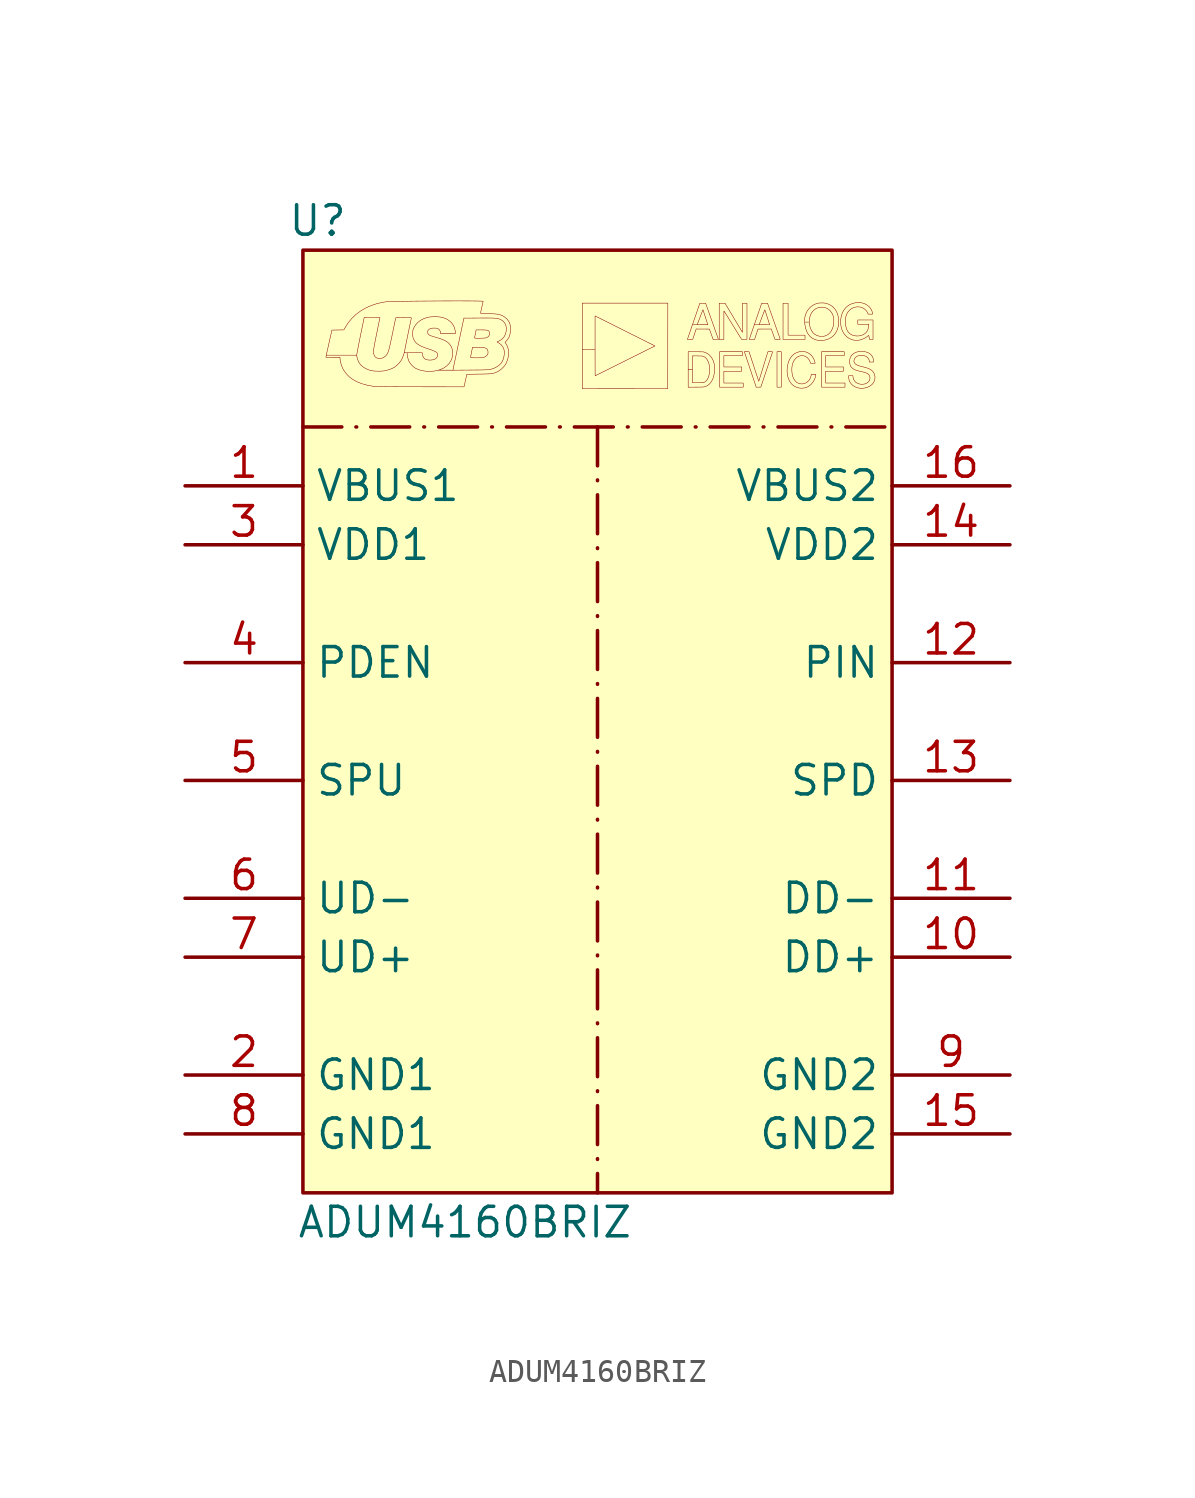
<source format=kicad_sym>
(kicad_symbol_lib
  (version 20241209)
  (generator "kicad_symbol_editor")
  (generator_version "9.0")
  (symbol "ADUM4160BRIZ"
    (property "Reference" "U"
      (at 0.635 41.91 0)
      (effects (font (size 1.27 1.27))))
    (property "Value" "ADUM4160BRIZ"
      (at 6.985 -1.27 0)
      (effects (font (size 1.27 1.27))))
    (symbol "ADUM4160BRIZ_0_0"
      (polyline (pts (xy 6.985 34.925) (xy 6.998 34.982) (xy 7.017 35.065) (xy 7.034 35.139) (xy 7.046 35.195) (xy 7.067 35.288) (xy 7.597 35.298) (xy 7.645 35.298) (xy 7.789 35.301) (xy 7.907 35.304) (xy 8.003 35.308) (xy 8.081 35.313) (xy 8.145 35.321) (xy 8.199 35.33) (xy 8.247 35.343) (xy 8.293 35.359) (xy 8.341 35.38) (xy 8.395 35.404) (xy 8.467 35.446) (xy 8.556 35.515) (xy 8.641 35.597) (xy 8.714 35.685) (xy 8.765 35.77) (xy 8.822 35.913) (xy 8.856 36.061) (xy 8.868 36.208) (xy 8.858 36.348) (xy 8.824 36.476) (xy 8.768 36.588) (xy 8.715 36.669) (xy 8.777 36.733) (xy 8.82 36.784) (xy 8.882 36.882) (xy 8.922 36.993) (xy 8.942 37.122) (xy 8.945 37.272) (xy 8.942 37.32) (xy 8.937 37.39) (xy 8.929 37.443) (xy 8.915 37.488) (xy 8.896 37.533) (xy 8.868 37.582) (xy 8.802 37.666) (xy 8.72 37.741) (xy 8.634 37.798) (xy 8.605 37.812) (xy 8.545 37.839) (xy 8.485 37.859) (xy 8.421 37.875) (xy 8.345 37.886) (xy 8.255 37.894) (xy 8.143 37.899) (xy 8.005 37.903) (xy 7.955 37.904) (xy 7.852 37.906) (xy 7.775 37.909) (xy 7.721 37.912) (xy 7.685 37.916) (xy 7.665 37.921) (xy 7.657 37.927) (xy 7.657 37.936) (xy 7.658 37.942) (xy 7.666 37.977) (xy 7.679 38.034) (xy 7.695 38.106) (xy 7.713 38.188) (xy 7.721 38.223) (xy 7.738 38.301) (xy 7.753 38.367) (xy 7.763 38.414) (xy 7.769 38.437) (xy 7.765 38.438) (xy 7.735 38.442) (xy 7.676 38.444) (xy 7.593 38.447) (xy 7.485 38.449) (xy 7.356 38.45) (xy 7.209 38.452) (xy 7.044 38.452) (xy 6.865 38.453) (xy 6.673 38.453) (xy 6.47 38.453) (xy 6.26 38.452) (xy 6.043 38.452) (xy 5.823 38.451) (xy 5.602 38.449) (xy 5.38 38.448) (xy 5.162 38.446) (xy 4.949 38.444) (xy 4.743 38.442) (xy 4.546 38.439) (xy 4.361 38.436) (xy 4.189 38.434) (xy 4.034 38.431) (xy 3.896 38.427) (xy 3.779 38.424) (xy 3.684 38.42) (xy 3.614 38.417) (xy 3.571 38.413) (xy 3.459 38.396) (xy 3.193 38.337) (xy 2.94 38.253) (xy 2.703 38.146) (xy 2.484 38.017) (xy 2.284 37.866) (xy 2.106 37.696) (xy 1.95 37.508) (xy 1.819 37.301) (xy 1.766 37.204) (xy 1.508 37.2) (xy 1.25 37.195) (xy 1.121 36.625) (xy 1.119 36.614) (xy 1.09 36.485) (xy 1.063 36.366) (xy 1.04 36.26) (xy 1.02 36.17) (xy 1.008 36.114) (xy 2.32 36.114) (xy 2.32 36.118) (xy 2.325 36.151) (xy 2.335 36.212) (xy 2.35 36.296) (xy 2.369 36.4) (xy 2.393 36.522) (xy 2.42 36.657) (xy 2.449 36.803) (xy 2.48 36.957) (xy 2.641 37.734) (xy 2.981 37.735) (xy 3.321 37.735) (xy 3.313 37.699) (xy 3.311 37.689) (xy 3.303 37.65) (xy 3.289 37.585) (xy 3.272 37.499) (xy 3.25 37.394) (xy 3.226 37.273) (xy 3.199 37.141) (xy 3.171 37) (xy 3.147 36.883) (xy 3.118 36.738) (xy 3.095 36.619) (xy 3.077 36.521) (xy 3.063 36.443) (xy 3.054 36.38) (xy 3.047 36.33) (xy 3.044 36.29) (xy 3.044 36.257) (xy 3.045 36.227) (xy 3.049 36.19) (xy 3.073 36.102) (xy 3.116 36.038) (xy 3.18 35.995) (xy 3.266 35.974) (xy 3.281 35.973) (xy 3.381 35.977) (xy 3.471 36.009) (xy 3.555 36.071) (xy 3.561 36.076) (xy 3.589 36.105) (xy 3.615 36.136) (xy 3.638 36.171) (xy 3.659 36.214) (xy 3.679 36.266) (xy 3.7 36.332) (xy 3.723 36.414) (xy 3.747 36.515) (xy 3.774 36.638) (xy 3.806 36.785) (xy 3.843 36.961) (xy 3.855 37.023) (xy 3.884 37.159) (xy 3.91 37.287) (xy 3.934 37.402) (xy 3.955 37.501) (xy 3.971 37.58) (xy 3.983 37.636) (xy 3.989 37.664) (xy 4.002 37.727) (xy 4.343 37.731) (xy 4.41 37.732) (xy 4.506 37.733) (xy 4.575 37.732) (xy 4.623 37.731) (xy 4.654 37.728) (xy 4.67 37.723) (xy 4.676 37.717) (xy 4.675 37.708) (xy 4.673 37.704) (xy 4.666 37.672) (xy 4.653 37.614) (xy 4.636 37.535) (xy 4.616 37.437) (xy 4.592 37.326) (xy 4.567 37.205) (xy 4.541 37.079) (xy 4.515 36.95) (xy 4.489 36.824) (xy 4.465 36.704) (xy 4.442 36.594) (xy 4.423 36.498) (xy 4.408 36.42) (xy 4.398 36.365) (xy 4.393 36.336) (xy 4.386 36.295) (xy 4.367 36.218) (xy 4.493 36.218) (xy 4.819 36.218) (xy 5.146 36.218) (xy 5.156 36.142) (xy 5.173 36.067) (xy 5.216 35.993) (xy 5.28 35.941) (xy 5.367 35.911) (xy 5.476 35.901) (xy 5.485 35.901) (xy 5.595 35.912) (xy 5.684 35.94) (xy 5.751 35.983) (xy 5.792 36.041) (xy 5.806 36.111) (xy 5.806 36.121) (xy 5.801 36.168) (xy 5.79 36.203) (xy 5.782 36.215) (xy 5.75 36.244) (xy 5.697 36.275) (xy 5.622 36.308) (xy 5.521 36.346) (xy 5.392 36.39) (xy 5.286 36.426) (xy 5.149 36.479) (xy 5.037 36.532) (xy 4.947 36.589) (xy 4.876 36.65) (xy 4.82 36.719) (xy 4.776 36.797) (xy 4.765 36.82) (xy 4.75 36.862) (xy 4.741 36.907) (xy 4.736 36.963) (xy 4.735 37.04) (xy 4.735 37.052) (xy 4.736 37.122) (xy 4.74 37.173) (xy 4.75 37.215) (xy 4.767 37.259) (xy 4.794 37.316) (xy 4.854 37.414) (xy 4.952 37.525) (xy 5.073 37.618) (xy 5.216 37.692) (xy 5.377 37.745) (xy 5.378 37.745) (xy 5.464 37.76) (xy 5.571 37.769) (xy 5.687 37.772) (xy 5.804 37.769) (xy 5.91 37.76) (xy 5.996 37.745) (xy 6.029 37.737) (xy 6.174 37.683) (xy 6.299 37.608) (xy 6.404 37.516) (xy 6.484 37.407) (xy 6.539 37.286) (xy 6.567 37.152) (xy 6.577 37.047) (xy 6.254 37.047) (xy 5.931 37.047) (xy 5.931 37.09) (xy 5.927 37.125) (xy 5.897 37.191) (xy 5.839 37.246) (xy 5.815 37.26) (xy 5.779 37.273) (xy 5.732 37.28) (xy 5.664 37.281) (xy 5.657 37.281) (xy 5.592 37.279) (xy 5.535 37.273) (xy 5.498 37.265) (xy 5.433 37.227) (xy 5.391 37.178) (xy 5.373 37.121) (xy 5.379 37.064) (xy 5.41 37.011) (xy 5.468 36.97) (xy 5.478 36.965) (xy 5.526 36.947) (xy 5.593 36.925) (xy 5.673 36.9) (xy 5.759 36.874) (xy 5.796 36.864) (xy 5.943 36.818) (xy 6.063 36.771) (xy 6.161 36.723) (xy 6.24 36.67) (xy 6.304 36.611) (xy 6.358 36.543) (xy 6.383 36.503) (xy 6.434 36.383) (xy 6.458 36.255) (xy 6.457 36.122) (xy 6.429 35.99) (xy 6.376 35.864) (xy 6.298 35.748) (xy 6.203 35.654) (xy 6.074 35.563) (xy 5.926 35.493) (xy 5.832 35.466) (xy 6.466 35.466) (xy 6.527 35.76) (xy 6.53 35.773) (xy 6.547 35.853) (xy 6.569 35.958) (xy 6.596 36.084) (xy 6.626 36.227) (xy 6.659 36.382) (xy 6.693 36.547) (xy 6.729 36.715) (xy 6.764 36.883) (xy 6.94 37.711) (xy 7.612 37.715) (xy 7.702 37.716) (xy 7.867 37.717) (xy 8.005 37.716) (xy 8.12 37.715) (xy 8.215 37.712) (xy 8.292 37.707) (xy 8.355 37.7) (xy 8.408 37.691) (xy 8.452 37.679) (xy 8.492 37.664) (xy 8.531 37.645) (xy 8.571 37.623) (xy 8.639 37.573) (xy 8.707 37.492) (xy 8.751 37.392) (xy 8.771 37.279) (xy 8.764 37.156) (xy 8.76 37.132) (xy 8.723 37.001) (xy 8.662 36.891) (xy 8.578 36.801) (xy 8.47 36.733) (xy 8.369 36.683) (xy 8.445 36.639) (xy 8.463 36.628) (xy 8.547 36.562) (xy 8.614 36.48) (xy 8.658 36.394) (xy 8.68 36.291) (xy 8.682 36.172) (xy 8.666 36.049) (xy 8.632 35.929) (xy 8.583 35.822) (xy 8.558 35.784) (xy 8.476 35.696) (xy 8.37 35.618) (xy 8.244 35.553) (xy 8.102 35.505) (xy 8.099 35.504) (xy 8.072 35.498) (xy 8.039 35.493) (xy 7.997 35.489) (xy 7.945 35.485) (xy 7.878 35.482) (xy 7.795 35.48) (xy 7.691 35.477) (xy 7.565 35.475) (xy 7.414 35.474) (xy 7.234 35.472) (xy 6.466 35.466) (xy 5.832 35.466) (xy 5.762 35.446) (xy 5.661 35.429) (xy 5.481 35.415) (xy 5.303 35.422) (xy 5.133 35.448) (xy 4.977 35.493) (xy 4.841 35.557) (xy 4.793 35.589) (xy 4.706 35.666) (xy 4.629 35.757) (xy 4.572 35.85) (xy 4.546 35.914) (xy 4.519 36.007) (xy 4.5 36.101) (xy 4.493 36.183) (xy 4.493 36.218) (xy 4.367 36.218) (xy 4.361 36.194) (xy 4.327 36.087) (xy 4.287 35.987) (xy 4.245 35.905) (xy 4.218 35.864) (xy 4.142 35.768) (xy 4.055 35.679) (xy 3.966 35.607) (xy 3.939 35.59) (xy 3.854 35.546) (xy 3.753 35.504) (xy 3.647 35.469) (xy 3.545 35.444) (xy 3.497 35.436) (xy 3.392 35.427) (xy 3.275 35.423) (xy 3.155 35.425) (xy 3.044 35.433) (xy 2.953 35.447) (xy 2.836 35.48) (xy 2.705 35.537) (xy 2.589 35.611) (xy 2.491 35.697) (xy 2.419 35.792) (xy 2.418 35.794) (xy 2.381 35.87) (xy 2.35 35.957) (xy 2.328 36.042) (xy 2.32 36.114) (xy 1.008 36.114) (xy 1.005 36.1) (xy 0.996 36.054) (xy 0.992 36.035) (xy 0.995 36.03) (xy 1.011 36.024) (xy 1.047 36.02) (xy 1.104 36.017) (xy 1.186 36.016) (xy 1.297 36.015) (xy 1.601 36.015) (xy 1.601 35.955) (xy 1.606 35.898) (xy 1.623 35.811) (xy 1.65 35.715) (xy 1.683 35.62) (xy 1.72 35.535) (xy 1.757 35.469) (xy 1.865 35.316) (xy 1.998 35.181) (xy 2.156 35.063) (xy 2.339 34.963) (xy 2.545 34.881) (xy 2.773 34.818) (xy 3.024 34.774) (xy 3.038 34.772) (xy 3.073 34.769) (xy 3.119 34.766) (xy 3.178 34.764) (xy 3.249 34.761) (xy 3.336 34.759) (xy 3.44 34.758) (xy 3.562 34.756) (xy 3.704 34.755) (xy 3.868 34.754) (xy 4.054 34.753) (xy 4.266 34.752) (xy 4.504 34.752) (xy 4.77 34.751) (xy 5.066 34.751) (xy 6.945 34.749) (xy 6.985 34.925)) (stroke (width 0.01) (type default)) (fill (type color) (color 0 0 0 1)))
      (polyline (pts (xy 7.525 35.999) (xy 7.606 36.001) (xy 7.68 36.005) (xy 7.742 36.01) (xy 7.786 36.017) (xy 7.812 36.026) (xy 7.874 36.058) (xy 7.927 36.102) (xy 7.965 36.15) (xy 7.98 36.197) (xy 7.979 36.273) (xy 7.964 36.335) (xy 7.932 36.381) (xy 7.881 36.417) (xy 7.876 36.419) (xy 7.847 36.429) (xy 7.808 36.437) (xy 7.752 36.443) (xy 7.674 36.447) (xy 7.571 36.45) (xy 7.312 36.456) (xy 7.27 36.248) (xy 7.266 36.228) (xy 7.251 36.152) (xy 7.239 36.087) (xy 7.231 36.041) (xy 7.228 36.019) (xy 7.23 36.016) (xy 7.255 36.009) (xy 7.303 36.004) (xy 7.367 36.001) (xy 7.444 35.999) (xy 7.525 35.999)) (stroke (width 0.01) (type default)) (fill (type color) (color 0 0 0 1)))
      (polyline (pts (xy 7.659 36.845) (xy 7.734 36.847) (xy 7.803 36.85) (xy 7.857 36.855) (xy 7.893 36.861) (xy 7.935 36.876) (xy 7.998 36.919) (xy 8.037 36.976) (xy 8.051 37.043) (xy 8.036 37.114) (xy 8.03 37.126) (xy 8.011 37.154) (xy 7.983 37.175) (xy 7.941 37.189) (xy 7.881 37.198) (xy 7.798 37.202) (xy 7.689 37.203) (xy 7.467 37.203) (xy 7.434 37.035) (xy 7.423 36.978) (xy 7.411 36.918) (xy 7.403 36.875) (xy 7.4 36.855) (xy 7.4 36.855) (xy 7.415 36.85) (xy 7.455 36.846) (xy 7.513 36.844) (xy 7.583 36.844) (xy 7.659 36.845)) (stroke (width 0.01) (type default)) (fill (type color) (color 0 0 0 1)))
      (polyline (pts (xy 13.886 34.67) (xy 15.729 34.672) (xy 15.73 36.515) (xy 15.732 38.358) (xy 13.887 38.358) (xy 12.043 38.358) (xy 12.043 36.514) (xy 12.043 36.356) (xy 12.595 36.356) (xy 12.595 36.516) (xy 12.595 37.806) (xy 13.352 37.427) (xy 13.384 37.411) (xy 13.482 37.362) (xy 13.584 37.311) (xy 13.689 37.258) (xy 13.795 37.205) (xy 13.902 37.151) (xy 14.009 37.098) (xy 14.113 37.045) (xy 14.215 36.994) (xy 14.313 36.945) (xy 14.406 36.899) (xy 14.493 36.855) (xy 14.572 36.815) (xy 14.643 36.78) (xy 15.176 36.512) (xy 13.891 35.87) (xy 13.79 35.819) (xy 13.681 35.764) (xy 13.575 35.712) (xy 13.473 35.66) (xy 13.374 35.611) (xy 13.279 35.564) (xy 13.189 35.519) (xy 13.103 35.476) (xy 13.023 35.436) (xy 12.949 35.399) (xy 12.88 35.365) (xy 12.819 35.334) (xy 12.764 35.307) (xy 12.716 35.283) (xy 12.676 35.264) (xy 12.644 35.248) (xy 12.62 35.236) (xy 12.606 35.23) (xy 12.601 35.227) (xy 12.6 35.228) (xy 12.6 35.239) (xy 12.599 35.26) (xy 12.598 35.292) (xy 12.598 35.336) (xy 12.598 35.389) (xy 12.597 35.454) (xy 12.597 35.529) (xy 12.596 35.615) (xy 12.596 35.712) (xy 12.596 35.819) (xy 12.596 35.937) (xy 12.595 36.066) (xy 12.595 36.206) (xy 12.595 36.356) (xy 12.043 36.356) (xy 12.043 34.669) (xy 13.886 34.67)) (stroke (width 0.01) (type default)) (fill (type color) (color 0 0 0 1)))
      (polyline (pts (xy 16.691 36.794) (xy 16.806 36.795) (xy 16.879 37.019) (xy 16.953 37.242) (xy 17.239 37.241) (xy 17.526 37.239) (xy 17.605 37.016) (xy 17.684 36.793) (xy 17.799 36.793) (xy 17.915 36.793) (xy 17.898 36.837) (xy 17.895 36.845) (xy 17.889 36.864) (xy 17.879 36.891) (xy 17.866 36.927) (xy 17.851 36.971) (xy 17.833 37.022) (xy 17.812 37.079) (xy 17.79 37.143) (xy 17.766 37.212) (xy 17.739 37.286) (xy 17.712 37.364) (xy 17.683 37.445) (xy 17.653 37.529) (xy 17.623 37.616) (xy 17.363 38.35) (xy 17.237 38.35) (xy 17.111 38.35) (xy 16.848 37.583) (xy 16.842 37.567) (xy 16.812 37.479) (xy 16.796 37.433) (xy 17 37.433) (xy 17.004 37.443) (xy 17.011 37.462) (xy 17.021 37.488) (xy 17.033 37.52) (xy 17.047 37.558) (xy 17.063 37.6) (xy 17.081 37.646) (xy 17.099 37.694) (xy 17.118 37.743) (xy 17.137 37.792) (xy 17.155 37.84) (xy 17.174 37.887) (xy 17.19 37.931) (xy 17.206 37.97) (xy 17.219 38.005) (xy 17.231 38.034) (xy 17.239 38.056) (xy 17.245 38.07) (xy 17.247 38.074) (xy 17.248 38.072) (xy 17.252 38.059) (xy 17.259 38.039) (xy 17.268 38.011) (xy 17.279 37.977) (xy 17.291 37.937) (xy 17.306 37.893) (xy 17.321 37.846) (xy 17.337 37.797) (xy 17.353 37.747) (xy 17.369 37.697) (xy 17.384 37.648) (xy 17.399 37.602) (xy 17.413 37.558) (xy 17.426 37.519) (xy 17.436 37.486) (xy 17.445 37.458) (xy 17.451 37.438) (xy 17.455 37.426) (xy 17.227 37.426) (xy 17.192 37.426) (xy 17.14 37.426) (xy 17.098 37.427) (xy 17.064 37.427) (xy 17.039 37.428) (xy 17.02 37.429) (xy 17.008 37.43) (xy 17.002 37.431) (xy 17 37.433) (xy 16.796 37.433) (xy 16.782 37.394) (xy 16.754 37.313) (xy 16.728 37.236) (xy 16.703 37.163) (xy 16.679 37.095) (xy 16.658 37.033) (xy 16.639 36.977) (xy 16.622 36.928) (xy 16.608 36.886) (xy 16.596 36.852) (xy 16.587 36.827) (xy 16.582 36.811) (xy 16.58 36.805) (xy 16.576 36.792) (xy 16.691 36.794)) (stroke (width 0.01) (type default)) (fill (type color) (color 0 0 0 1)))
      (polyline (pts (xy 16.933 34.736) (xy 16.999 34.736) (xy 17.061 34.737) (xy 17.114 34.737) (xy 17.16 34.738) (xy 17.198 34.739) (xy 17.23 34.74) (xy 17.256 34.742) (xy 17.279 34.744) (xy 17.298 34.747) (xy 17.314 34.751) (xy 17.33 34.755) (xy 17.345 34.76) (xy 17.36 34.766) (xy 17.377 34.773) (xy 17.398 34.782) (xy 17.46 34.817) (xy 17.515 34.859) (xy 17.564 34.91) (xy 17.608 34.971) (xy 17.647 35.04) (xy 17.654 35.056) (xy 17.676 35.105) (xy 17.693 35.154) (xy 17.709 35.207) (xy 17.722 35.266) (xy 17.734 35.333) (xy 17.737 35.353) (xy 17.74 35.378) (xy 17.742 35.406) (xy 17.743 35.439) (xy 17.744 35.479) (xy 17.744 35.528) (xy 17.744 35.543) (xy 17.743 35.598) (xy 17.741 35.644) (xy 17.738 35.684) (xy 17.733 35.721) (xy 17.726 35.757) (xy 17.716 35.794) (xy 17.704 35.833) (xy 17.686 35.883) (xy 17.65 35.958) (xy 17.607 36.026) (xy 17.557 36.087) (xy 17.5 36.14) (xy 17.438 36.184) (xy 17.37 36.22) (xy 17.298 36.247) (xy 17.289 36.249) (xy 17.28 36.251) (xy 17.271 36.253) (xy 17.26 36.255) (xy 17.246 36.256) (xy 17.229 36.257) (xy 17.207 36.258) (xy 17.18 36.258) (xy 17.147 36.259) (xy 17.106 36.259) (xy 17.058 36.26) (xy 17 36.26) (xy 16.933 36.26) (xy 16.609 36.262) (xy 16.609 35.506) (xy 16.793 35.506) (xy 16.793 36.084) (xy 17.003 36.082) (xy 17.054 36.081) (xy 17.102 36.08) (xy 17.141 36.079) (xy 17.173 36.078) (xy 17.199 36.077) (xy 17.22 36.074) (xy 17.237 36.071) (xy 17.252 36.067) (xy 17.266 36.062) (xy 17.28 36.056) (xy 17.294 36.049) (xy 17.331 36.027) (xy 17.373 35.991) (xy 17.411 35.946) (xy 17.445 35.893) (xy 17.473 35.833) (xy 17.497 35.766) (xy 17.515 35.694) (xy 17.527 35.617) (xy 17.534 35.536) (xy 17.534 35.452) (xy 17.53 35.4) (xy 17.52 35.318) (xy 17.505 35.242) (xy 17.484 35.173) (xy 17.458 35.111) (xy 17.427 35.057) (xy 17.392 35.012) (xy 17.352 34.976) (xy 17.308 34.949) (xy 17.273 34.932) (xy 17.033 34.93) (xy 16.793 34.929) (xy 16.793 35.506) (xy 16.609 35.506) (xy 16.609 35.498) (xy 16.609 34.733) (xy 16.933 34.736)) (stroke (width 0.01) (type default)) (fill (type color) (color 0 0 0 1)))
      (polyline (pts (xy 18.148 37.408) (xy 18.148 37.439) (xy 18.148 37.519) (xy 18.148 37.595) (xy 18.148 37.667) (xy 18.148 37.734) (xy 18.149 37.796) (xy 18.149 37.852) (xy 18.149 37.901) (xy 18.15 37.942) (xy 18.15 37.976) (xy 18.151 38) (xy 18.151 38.015) (xy 18.152 38.02) (xy 18.152 38.019) (xy 18.158 38.011) (xy 18.169 37.994) (xy 18.184 37.97) (xy 18.204 37.938) (xy 18.229 37.899) (xy 18.257 37.853) (xy 18.289 37.803) (xy 18.324 37.746) (xy 18.361 37.685) (xy 18.402 37.62) (xy 18.445 37.551) (xy 18.489 37.48) (xy 18.535 37.405) (xy 18.914 36.793) (xy 19.029 36.793) (xy 19.144 36.793) (xy 19.144 37.573) (xy 19.144 38.353) (xy 19.047 38.353) (xy 18.949 38.353) (xy 18.948 37.726) (xy 18.947 37.099) (xy 18.573 37.726) (xy 18.199 38.352) (xy 18.073 38.353) (xy 17.947 38.353) (xy 17.947 37.573) (xy 17.947 36.793) (xy 18.047 36.793) (xy 18.148 36.793) (xy 18.148 37.408)) (stroke (width 0.01) (type default)) (fill (type color) (color 0 0 0 1)))
      (polyline (pts (xy 18.982 34.824) (xy 18.982 34.913) (xy 18.565 34.913) (xy 18.148 34.913) (xy 18.148 35.167) (xy 18.148 35.422) (xy 18.532 35.422) (xy 18.917 35.422) (xy 18.917 35.514) (xy 18.917 35.606) (xy 18.532 35.606) (xy 18.148 35.606) (xy 18.148 35.85) (xy 18.148 36.094) (xy 18.549 36.094) (xy 18.949 36.094) (xy 18.949 36.178) (xy 18.949 36.262) (xy 18.456 36.262) (xy 17.963 36.262) (xy 17.963 35.498) (xy 17.963 34.734) (xy 18.473 34.734) (xy 18.982 34.734) (xy 18.982 34.824)) (stroke (width 0.01) (type default)) (fill (type color) (color 0 0 0 1)))
      (polyline (pts (xy 19.546 37.016) (xy 19.619 37.239) (xy 19.906 37.241) (xy 20.193 37.242) (xy 20.271 37.019) (xy 20.35 36.795) (xy 20.466 36.794) (xy 20.472 36.794) (xy 20.51 36.793) (xy 20.538 36.794) (xy 20.558 36.794) (xy 20.571 36.795) (xy 20.577 36.797) (xy 20.579 36.799) (xy 20.578 36.8) (xy 20.575 36.808) (xy 20.569 36.827) (xy 20.559 36.853) (xy 20.547 36.889) (xy 20.532 36.932) (xy 20.514 36.983) (xy 20.494 37.04) (xy 20.471 37.103) (xy 20.447 37.172) (xy 20.421 37.245) (xy 20.393 37.324) (xy 20.364 37.406) (xy 20.334 37.491) (xy 20.303 37.579) (xy 20.03 38.352) (xy 19.904 38.353) (xy 19.882 38.352) (xy 19.849 38.352) (xy 19.82 38.352) (xy 19.798 38.352) (xy 19.783 38.351) (xy 19.778 38.35) (xy 19.777 38.347) (xy 19.773 38.335) (xy 19.766 38.314) (xy 19.755 38.284) (xy 19.742 38.246) (xy 19.727 38.201) (xy 19.71 38.15) (xy 19.69 38.093) (xy 19.669 38.032) (xy 19.646 37.965) (xy 19.622 37.895) (xy 19.597 37.822) (xy 19.571 37.747) (xy 19.544 37.67) (xy 19.518 37.592) (xy 19.491 37.513) (xy 19.464 37.435) (xy 19.463 37.433) (xy 19.671 37.433) (xy 19.672 37.437) (xy 19.679 37.455) (xy 19.689 37.481) (xy 19.701 37.514) (xy 19.715 37.552) (xy 19.731 37.594) (xy 19.748 37.64) (xy 19.766 37.688) (xy 19.785 37.737) (xy 19.804 37.786) (xy 19.822 37.835) (xy 19.84 37.882) (xy 19.857 37.926) (xy 19.872 37.966) (xy 19.886 38.001) (xy 19.897 38.03) (xy 19.905 38.052) (xy 19.911 38.066) (xy 19.913 38.071) (xy 19.913 38.071) (xy 19.916 38.064) (xy 19.922 38.048) (xy 19.93 38.025) (xy 19.94 37.994) (xy 19.952 37.958) (xy 19.965 37.916) (xy 19.98 37.871) (xy 19.995 37.824) (xy 20.011 37.774) (xy 20.027 37.724) (xy 20.043 37.675) (xy 20.058 37.628) (xy 20.072 37.583) (xy 20.085 37.542) (xy 20.097 37.505) (xy 20.106 37.475) (xy 20.113 37.452) (xy 20.118 37.437) (xy 20.12 37.43) (xy 20.118 37.43) (xy 20.108 37.429) (xy 20.089 37.428) (xy 20.061 37.428) (xy 20.027 37.427) (xy 19.987 37.427) (xy 19.942 37.426) (xy 19.894 37.426) (xy 19.863 37.426) (xy 19.811 37.426) (xy 19.768 37.427) (xy 19.735 37.427) (xy 19.709 37.428) (xy 19.691 37.429) (xy 19.679 37.43) (xy 19.672 37.431) (xy 19.671 37.433) (xy 19.463 37.433) (xy 19.437 37.358) (xy 19.411 37.282) (xy 19.386 37.209) (xy 19.362 37.139) (xy 19.339 37.072) (xy 19.317 37.01) (xy 19.298 36.953) (xy 19.28 36.901) (xy 19.264 36.856) (xy 19.242 36.793) (xy 19.358 36.793) (xy 19.473 36.793) (xy 19.546 37.016)) (stroke (width 0.01) (type default)) (fill (type color) (color 0 0 0 1)))
      (polyline (pts (xy 19.642 34.735) (xy 19.742 34.737) (xy 19.993 35.49) (xy 19.994 35.494) (xy 20.023 35.581) (xy 20.052 35.665) (xy 20.079 35.746) (xy 20.104 35.824) (xy 20.128 35.896) (xy 20.151 35.964) (xy 20.172 36.026) (xy 20.19 36.081) (xy 20.206 36.13) (xy 20.22 36.172) (xy 20.232 36.205) (xy 20.24 36.23) (xy 20.245 36.246) (xy 20.247 36.252) (xy 20.247 36.255) (xy 20.245 36.258) (xy 20.239 36.26) (xy 20.228 36.261) (xy 20.21 36.261) (xy 20.183 36.262) (xy 20.148 36.262) (xy 20.046 36.262) (xy 19.851 35.629) (xy 19.831 35.563) (xy 19.807 35.485) (xy 19.784 35.41) (xy 19.762 35.34) (xy 19.742 35.274) (xy 19.723 35.214) (xy 19.706 35.16) (xy 19.692 35.112) (xy 19.679 35.071) (xy 19.668 35.038) (xy 19.661 35.014) (xy 19.656 34.998) (xy 19.654 34.993) (xy 19.652 34.996) (xy 19.647 35.01) (xy 19.639 35.033) (xy 19.628 35.064) (xy 19.615 35.103) (xy 19.599 35.149) (xy 19.581 35.202) (xy 19.562 35.261) (xy 19.541 35.325) (xy 19.518 35.395) (xy 19.493 35.468) (xy 19.468 35.545) (xy 19.442 35.625) (xy 19.234 36.261) (xy 19.132 36.262) (xy 19.031 36.262) (xy 19.287 35.498) (xy 19.543 34.734) (xy 19.642 34.735)) (stroke (width 0.01) (type default)) (fill (type color) (color 0 0 0 1)))
      (polyline (pts (xy 20.623 35.498) (xy 20.623 36.262) (xy 20.531 36.262) (xy 20.439 36.262) (xy 20.439 35.498) (xy 20.439 34.734) (xy 20.531 34.734) (xy 20.623 34.734) (xy 20.623 35.498)) (stroke (width 0.01) (type default)) (fill (type color) (color 0 0 0 1)))
      (polyline (pts (xy 21.619 34.701) (xy 21.691 34.719) (xy 21.758 34.746) (xy 21.805 34.773) (xy 21.867 34.818) (xy 21.923 34.871) (xy 21.974 34.932) (xy 22.019 34.999) (xy 22.056 35.072) (xy 22.086 35.15) (xy 22.107 35.231) (xy 22.11 35.246) (xy 22.113 35.266) (xy 22.114 35.281) (xy 22.114 35.288) (xy 22.108 35.289) (xy 22.094 35.29) (xy 22.072 35.291) (xy 22.044 35.291) (xy 22.012 35.291) (xy 21.916 35.289) (xy 21.909 35.248) (xy 21.905 35.224) (xy 21.895 35.179) (xy 21.88 35.138) (xy 21.859 35.094) (xy 21.847 35.073) (xy 21.818 35.032) (xy 21.782 34.993) (xy 21.743 34.958) (xy 21.704 34.93) (xy 21.654 34.906) (xy 21.595 34.886) (xy 21.534 34.876) (xy 21.474 34.876) (xy 21.415 34.885) (xy 21.359 34.904) (xy 21.306 34.933) (xy 21.258 34.97) (xy 21.255 34.973) (xy 21.208 35.024) (xy 21.169 35.084) (xy 21.136 35.151) (xy 21.11 35.226) (xy 21.092 35.309) (xy 21.081 35.398) (xy 21.077 35.495) (xy 21.079 35.557) (xy 21.089 35.646) (xy 21.107 35.729) (xy 21.134 35.805) (xy 21.169 35.874) (xy 21.212 35.937) (xy 21.257 35.985) (xy 21.306 36.026) (xy 21.359 36.057) (xy 21.413 36.078) (xy 21.468 36.09) (xy 21.524 36.094) (xy 21.578 36.088) (xy 21.631 36.073) (xy 21.682 36.05) (xy 21.73 36.018) (xy 21.774 35.978) (xy 21.813 35.929) (xy 21.846 35.873) (xy 21.872 35.809) (xy 21.888 35.763) (xy 21.986 35.763) (xy 22.085 35.763) (xy 22.076 35.8) (xy 22.076 35.804) (xy 22.067 35.833) (xy 22.056 35.868) (xy 22.043 35.905) (xy 22.029 35.939) (xy 22.017 35.967) (xy 22.005 35.989) (xy 21.963 36.053) (xy 21.915 36.11) (xy 21.86 36.159) (xy 21.8 36.2) (xy 21.735 36.233) (xy 21.667 36.257) (xy 21.596 36.271) (xy 21.523 36.276) (xy 21.45 36.27) (xy 21.372 36.254) (xy 21.296 36.229) (xy 21.226 36.196) (xy 21.163 36.153) (xy 21.104 36.102) (xy 21.08 36.076) (xy 21.03 36.013) (xy 20.987 35.941) (xy 20.95 35.862) (xy 20.92 35.776) (xy 20.897 35.685) (xy 20.882 35.588) (xy 20.874 35.487) (xy 20.874 35.418) (xy 20.88 35.325) (xy 20.895 35.236) (xy 20.916 35.151) (xy 20.945 35.071) (xy 20.981 34.997) (xy 21.024 34.929) (xy 21.072 34.87) (xy 21.127 34.818) (xy 21.183 34.778) (xy 21.25 34.743) (xy 21.322 34.716) (xy 21.397 34.699) (xy 21.464 34.692) (xy 21.544 34.692) (xy 21.619 34.701)) (stroke (width 0.01) (type default)) (fill (type color) (color 0 0 0 1)))
      (polyline (pts (xy 21.647 36.885) (xy 21.647 36.977) (xy 21.281 36.977) (xy 20.916 36.977) (xy 20.916 37.665) (xy 20.916 38.353) (xy 20.807 38.353) (xy 20.699 38.353) (xy 20.699 37.573) (xy 20.699 36.793) (xy 21.173 36.793) (xy 21.647 36.793) (xy 21.647 36.885)) (stroke (width 0.01) (type default)) (fill (type color) (color 0 0 0 1)))
      (polyline (pts (xy 22.345 36.751) (xy 22.391 36.753) (xy 22.434 36.756) (xy 22.473 36.76) (xy 22.503 36.765) (xy 22.527 36.77) (xy 22.615 36.796) (xy 22.696 36.83) (xy 22.771 36.873) (xy 22.838 36.924) (xy 22.899 36.983) (xy 22.952 37.05) (xy 22.998 37.125) (xy 23.036 37.207) (xy 23.058 37.271) (xy 23.081 37.361) (xy 23.094 37.456) (xy 23.099 37.555) (xy 23.099 37.578) (xy 23.092 37.679) (xy 23.078 37.775) (xy 23.055 37.865) (xy 23.024 37.949) (xy 22.985 38.026) (xy 22.939 38.096) (xy 22.885 38.159) (xy 22.825 38.215) (xy 22.757 38.263) (xy 22.683 38.303) (xy 22.602 38.334) (xy 22.515 38.356) (xy 22.503 38.359) (xy 22.468 38.363) (xy 22.426 38.365) (xy 22.381 38.366) (xy 22.335 38.366) (xy 22.291 38.364) (xy 22.252 38.361) (xy 22.221 38.357) (xy 22.216 38.356) (xy 22.13 38.333) (xy 22.05 38.3) (xy 21.975 38.259) (xy 21.905 38.208) (xy 21.841 38.147) (xy 21.797 38.097) (xy 21.745 38.023) (xy 21.702 37.943) (xy 21.668 37.858) (xy 21.643 37.768) (xy 21.641 37.755) (xy 21.637 37.723) (xy 21.635 37.684) (xy 21.633 37.639) (xy 21.633 37.592) (xy 21.634 37.544) (xy 21.634 37.54) (xy 21.828 37.54) (xy 21.831 37.613) (xy 21.839 37.68) (xy 21.857 37.766) (xy 21.883 37.845) (xy 21.917 37.916) (xy 21.959 37.98) (xy 22.008 38.036) (xy 22.066 38.085) (xy 22.07 38.088) (xy 22.129 38.125) (xy 22.194 38.153) (xy 22.263 38.172) (xy 22.333 38.182) (xy 22.403 38.183) (xy 22.436 38.179) (xy 22.508 38.165) (xy 22.575 38.14) (xy 22.637 38.107) (xy 22.694 38.065) (xy 22.744 38.014) (xy 22.789 37.956) (xy 22.826 37.89) (xy 22.856 37.817) (xy 22.858 37.81) (xy 22.87 37.771) (xy 22.878 37.733) (xy 22.884 37.693) (xy 22.887 37.649) (xy 22.887 37.598) (xy 22.887 37.558) (xy 22.881 37.477) (xy 22.871 37.402) (xy 22.854 37.331) (xy 22.83 37.261) (xy 22.827 37.255) (xy 22.794 37.184) (xy 22.754 37.12) (xy 22.707 37.065) (xy 22.654 37.018) (xy 22.596 36.98) (xy 22.532 36.951) (xy 22.464 36.931) (xy 22.43 36.926) (xy 22.385 36.924) (xy 22.339 36.924) (xy 22.294 36.928) (xy 22.276 36.931) (xy 22.211 36.946) (xy 22.149 36.968) (xy 22.092 36.998) (xy 22.041 37.033) (xy 21.998 37.073) (xy 21.965 37.115) (xy 21.928 37.175) (xy 21.895 37.242) (xy 21.868 37.314) (xy 21.848 37.389) (xy 21.834 37.465) (xy 21.828 37.54) (xy 21.634 37.54) (xy 21.636 37.498) (xy 21.639 37.456) (xy 21.643 37.421) (xy 21.648 37.395) (xy 21.664 37.312) (xy 21.686 37.233) (xy 21.711 37.16) (xy 21.739 37.096) (xy 21.746 37.083) (xy 21.771 37.041) (xy 21.8 36.998) (xy 21.832 36.958) (xy 21.863 36.924) (xy 21.901 36.889) (xy 21.965 36.843) (xy 22.035 36.805) (xy 22.11 36.777) (xy 22.191 36.757) (xy 22.191 36.757) (xy 22.22 36.754) (xy 22.257 36.752) (xy 22.3 36.751) (xy 22.345 36.751)) (stroke (width 0.01) (type default)) (fill (type color) (color 0 0 0 1)))
      (polyline (pts (xy 23.37 34.824) (xy 23.37 34.913) (xy 22.952 34.913) (xy 22.535 34.913) (xy 22.535 35.167) (xy 22.535 35.422) (xy 22.92 35.422) (xy 23.305 35.422) (xy 23.305 35.514) (xy 23.305 35.606) (xy 22.92 35.606) (xy 22.535 35.606) (xy 22.535 35.85) (xy 22.535 36.094) (xy 22.936 36.094) (xy 23.337 36.094) (xy 23.337 36.178) (xy 23.337 36.262) (xy 22.847 36.262) (xy 22.357 36.262) (xy 22.357 35.498) (xy 22.357 34.734) (xy 22.863 34.734) (xy 23.37 34.734) (xy 23.37 34.824)) (stroke (width 0.01) (type default)) (fill (type color) (color 0 0 0 1)))
      (polyline (pts (xy 23.898 36.758) (xy 23.94 36.76) (xy 23.978 36.763) (xy 24.009 36.768) (xy 24.054 36.78) (xy 24.135 36.808) (xy 24.215 36.846) (xy 24.29 36.891) (xy 24.358 36.944) (xy 24.369 36.953) (xy 24.38 36.962) (xy 24.388 36.965) (xy 24.393 36.962) (xy 24.398 36.95) (xy 24.402 36.931) (xy 24.407 36.901) (xy 24.408 36.891) (xy 24.413 36.864) (xy 24.418 36.84) (xy 24.421 36.821) (xy 24.427 36.793) (xy 24.502 36.793) (xy 24.578 36.793) (xy 24.578 37.212) (xy 24.578 37.632) (xy 24.25 37.632) (xy 23.922 37.632) (xy 23.922 37.54) (xy 23.922 37.448) (xy 24.159 37.448) (xy 24.395 37.448) (xy 24.392 37.387) (xy 24.388 37.343) (xy 24.374 37.273) (xy 24.353 37.208) (xy 24.323 37.149) (xy 24.285 37.097) (xy 24.24 37.053) (xy 24.239 37.052) (xy 24.21 37.031) (xy 24.173 37.009) (xy 24.133 36.989) (xy 24.093 36.972) (xy 24.057 36.961) (xy 23.992 36.948) (xy 23.917 36.941) (xy 23.842 36.944) (xy 23.771 36.955) (xy 23.703 36.974) (xy 23.64 37.002) (xy 23.582 37.039) (xy 23.572 37.047) (xy 23.527 37.09) (xy 23.488 37.142) (xy 23.456 37.202) (xy 23.429 37.27) (xy 23.409 37.345) (xy 23.395 37.426) (xy 23.388 37.514) (xy 23.388 37.608) (xy 23.39 37.647) (xy 23.399 37.729) (xy 23.415 37.804) (xy 23.439 37.872) (xy 23.471 37.935) (xy 23.51 37.992) (xy 23.558 38.045) (xy 23.569 38.055) (xy 23.617 38.096) (xy 23.667 38.129) (xy 23.721 38.155) (xy 23.783 38.176) (xy 23.785 38.177) (xy 23.858 38.193) (xy 23.93 38.198) (xy 24 38.193) (xy 24.067 38.178) (xy 24.131 38.153) (xy 24.191 38.118) (xy 24.247 38.073) (xy 24.259 38.061) (xy 24.299 38.016) (xy 24.331 37.969) (xy 24.352 37.922) (xy 24.366 37.884) (xy 24.463 37.883) (xy 24.492 37.882) (xy 24.52 37.883) (xy 24.542 37.883) (xy 24.556 37.885) (xy 24.561 37.886) (xy 24.561 37.888) (xy 24.56 37.899) (xy 24.557 37.916) (xy 24.553 37.938) (xy 24.551 37.947) (xy 24.533 38.013) (xy 24.505 38.076) (xy 24.469 38.135) (xy 24.425 38.188) (xy 24.373 38.236) (xy 24.316 38.279) (xy 24.252 38.315) (xy 24.184 38.344) (xy 24.113 38.365) (xy 24.038 38.379) (xy 23.96 38.384) (xy 23.881 38.38) (xy 23.812 38.37) (xy 23.721 38.349) (xy 23.636 38.32) (xy 23.558 38.282) (xy 23.488 38.236) (xy 23.423 38.181) (xy 23.366 38.118) (xy 23.316 38.047) (xy 23.272 37.968) (xy 23.258 37.937) (xy 23.224 37.844) (xy 23.2 37.748) (xy 23.185 37.649) (xy 23.181 37.548) (xy 23.186 37.445) (xy 23.202 37.343) (xy 23.204 37.331) (xy 23.228 37.243) (xy 23.26 37.16) (xy 23.3 37.084) (xy 23.347 37.014) (xy 23.401 36.951) (xy 23.461 36.896) (xy 23.526 36.85) (xy 23.598 36.812) (xy 23.674 36.782) (xy 23.755 36.763) (xy 23.776 36.76) (xy 23.813 36.758) (xy 23.854 36.757) (xy 23.898 36.758)) (stroke (width 0.01) (type default)) (fill (type color) (color 0 0 0 1)))
      (polyline (pts (xy 24.134 34.687) (xy 24.211 34.696) (xy 24.285 34.713) (xy 24.355 34.737) (xy 24.421 34.768) (xy 24.48 34.806) (xy 24.532 34.849) (xy 24.575 34.898) (xy 24.597 34.93) (xy 24.628 34.988) (xy 24.649 35.048) (xy 24.661 35.109) (xy 24.663 35.17) (xy 24.656 35.23) (xy 24.64 35.289) (xy 24.616 35.344) (xy 24.583 35.395) (xy 24.541 35.441) (xy 24.491 35.482) (xy 24.459 35.502) (xy 24.422 35.521) (xy 24.38 35.539) (xy 24.333 35.557) (xy 24.278 35.575) (xy 24.215 35.593) (xy 24.142 35.611) (xy 24.092 35.624) (xy 24.033 35.639) (xy 23.984 35.654) (xy 23.942 35.668) (xy 23.907 35.682) (xy 23.877 35.696) (xy 23.852 35.711) (xy 23.83 35.727) (xy 23.811 35.744) (xy 23.794 35.763) (xy 23.77 35.797) (xy 23.758 35.832) (xy 23.755 35.87) (xy 23.763 35.91) (xy 23.77 35.93) (xy 23.792 35.977) (xy 23.822 36.016) (xy 23.86 36.048) (xy 23.907 36.075) (xy 23.963 36.095) (xy 23.971 36.097) (xy 24.009 36.103) (xy 24.053 36.107) (xy 24.099 36.107) (xy 24.142 36.104) (xy 24.179 36.097) (xy 24.212 36.088) (xy 24.265 36.065) (xy 24.311 36.036) (xy 24.352 36.001) (xy 24.383 35.962) (xy 24.394 35.942) (xy 24.408 35.907) (xy 24.417 35.87) (xy 24.42 35.837) (xy 24.42 35.818) (xy 24.511 35.818) (xy 24.601 35.818) (xy 24.598 35.879) (xy 24.594 35.922) (xy 24.581 35.982) (xy 24.559 36.037) (xy 24.529 36.087) (xy 24.488 36.135) (xy 24.443 36.173) (xy 24.386 36.21) (xy 24.321 36.238) (xy 24.249 36.259) (xy 24.169 36.272) (xy 24.147 36.275) (xy 24.065 36.278) (xy 23.988 36.273) (xy 23.915 36.26) (xy 23.848 36.239) (xy 23.786 36.211) (xy 23.731 36.176) (xy 23.683 36.135) (xy 23.643 36.087) (xy 23.611 36.033) (xy 23.599 36.005) (xy 23.588 35.977) (xy 23.581 35.949) (xy 23.576 35.918) (xy 23.574 35.883) (xy 23.573 35.839) (xy 23.573 35.823) (xy 23.576 35.768) (xy 23.583 35.721) (xy 23.595 35.679) (xy 23.613 35.642) (xy 23.637 35.608) (xy 23.667 35.574) (xy 23.681 35.56) (xy 23.707 35.538) (xy 23.734 35.519) (xy 23.764 35.501) (xy 23.797 35.485) (xy 23.836 35.47) (xy 23.882 35.455) (xy 23.934 35.44) (xy 23.995 35.425) (xy 24.066 35.409) (xy 24.068 35.408) (xy 24.14 35.391) (xy 24.202 35.374) (xy 24.255 35.358) (xy 24.299 35.34) (xy 24.336 35.322) (xy 24.366 35.302) (xy 24.39 35.28) (xy 24.409 35.256) (xy 24.424 35.23) (xy 24.439 35.187) (xy 24.446 35.138) (xy 24.443 35.091) (xy 24.431 35.045) (xy 24.41 35.002) (xy 24.379 34.964) (xy 24.341 34.93) (xy 24.295 34.903) (xy 24.261 34.888) (xy 24.221 34.874) (xy 24.18 34.865) (xy 24.133 34.861) (xy 24.118 34.86) (xy 24.053 34.862) (xy 23.99 34.873) (xy 23.93 34.892) (xy 23.876 34.919) (xy 23.851 34.935) (xy 23.808 34.974) (xy 23.772 35.019) (xy 23.744 35.072) (xy 23.725 35.131) (xy 23.713 35.196) (xy 23.71 35.227) (xy 23.616 35.227) (xy 23.587 35.227) (xy 23.561 35.227) (xy 23.543 35.226) (xy 23.531 35.225) (xy 23.525 35.223) (xy 23.522 35.221) (xy 23.521 35.217) (xy 23.521 35.205) (xy 23.524 35.177) (xy 23.528 35.143) (xy 23.534 35.108) (xy 23.54 35.076) (xy 23.546 35.051) (xy 23.553 35.027) (xy 23.581 34.962) (xy 23.618 34.903) (xy 23.663 34.85) (xy 23.716 34.803) (xy 23.776 34.764) (xy 23.843 34.732) (xy 23.916 34.708) (xy 23.995 34.691) (xy 24.004 34.69) (xy 24.028 34.688) (xy 24.056 34.687) (xy 24.084 34.686) (xy 24.134 34.687)) (stroke (width 0.01) (type default)) (fill (type color) (color 0 0 0 1))))
    (symbol "ADUM4160BRIZ_1_1"
      (rectangle (start 0 40.64) (end 25.4 0) (stroke (width 0) (type solid)) (fill (type background)))
      (polyline (pts (xy 0 33.02) (xy 25.4 33.02)) (stroke (width 0) (type dash_dot)) (fill (type none)))
      (polyline (pts (xy 12.7 33.02) (xy 12.7 0)) (stroke (width 0) (type dash_dot)) (fill (type none)))
      (pin power_in line (at -5.08 30.48 0) (length 5.08) (name "VBUS1" (effects (font (size 1.27 1.27)))) (number "1" (effects (font (size 1.27 1.27)))))
      (pin power_in line (at -5.08 27.94 0) (length 5.08) (name "VDD1" (effects (font (size 1.27 1.27)))) (number "3" (effects (font (size 1.27 1.27)))))
      (pin input line (at -5.08 22.86 0) (length 5.08) (name "PDEN" (effects (font (size 1.27 1.27)))) (number "4" (effects (font (size 1.27 1.27)))))
      (pin input line (at -5.08 17.78 0) (length 5.08) (name "SPU" (effects (font (size 1.27 1.27)))) (number "5" (effects (font (size 1.27 1.27)))))
      (pin bidirectional line (at -5.08 12.7 0) (length 5.08) (name "UD-" (effects (font (size 1.27 1.27)))) (number "6" (effects (font (size 1.27 1.27)))))
      (pin bidirectional line (at -5.08 10.16 0) (length 5.08) (name "UD+" (effects (font (size 1.27 1.27)))) (number "7" (effects (font (size 1.27 1.27)))))
      (pin power_in line (at -5.08 5.08 0) (length 5.08) (name "GND1" (effects (font (size 1.27 1.27)))) (number "2" (effects (font (size 1.27 1.27)))))
      (pin power_in line (at -5.08 2.54 0) (length 5.08) (name "GND1" (effects (font (size 1.27 1.27)))) (number "8" (effects (font (size 1.27 1.27)))))
      (pin power_out line (at 30.48 30.48 180) (length 5.08) (name "VBUS2" (effects (font (size 1.27 1.27)))) (number "16" (effects (font (size 1.27 1.27)))))
      (pin power_out line (at 30.48 27.94 180) (length 5.08) (name "VDD2" (effects (font (size 1.27 1.27)))) (number "14" (effects (font (size 1.27 1.27)))))
      (pin input line (at 30.48 22.86 180) (length 5.08) (name "PIN" (effects (font (size 1.27 1.27)))) (number "12" (effects (font (size 1.27 1.27)))))
      (pin input line (at 30.48 17.78 180) (length 5.08) (name "SPD" (effects (font (size 1.27 1.27)))) (number "13" (effects (font (size 1.27 1.27)))))
      (pin input line (at 30.48 12.7 180) (length 5.08) (name "DD-" (effects (font (size 1.27 1.27)))) (number "11" (effects (font (size 1.27 1.27)))))
      (pin input line (at 30.48 10.16 180) (length 5.08) (name "DD+" (effects (font (size 1.27 1.27)))) (number "10" (effects (font (size 1.27 1.27)))))
      (pin power_out line (at 30.48 5.08 180) (length 5.08) (name "GND2" (effects (font (size 1.27 1.27)))) (number "9" (effects (font (size 1.27 1.27)))))
      (pin power_out line (at 30.48 2.54 180) (length 5.08) (name "GND2" (effects (font (size 1.27 1.27)))) (number "15" (effects (font (size 1.27 1.27))))))))
</source>
